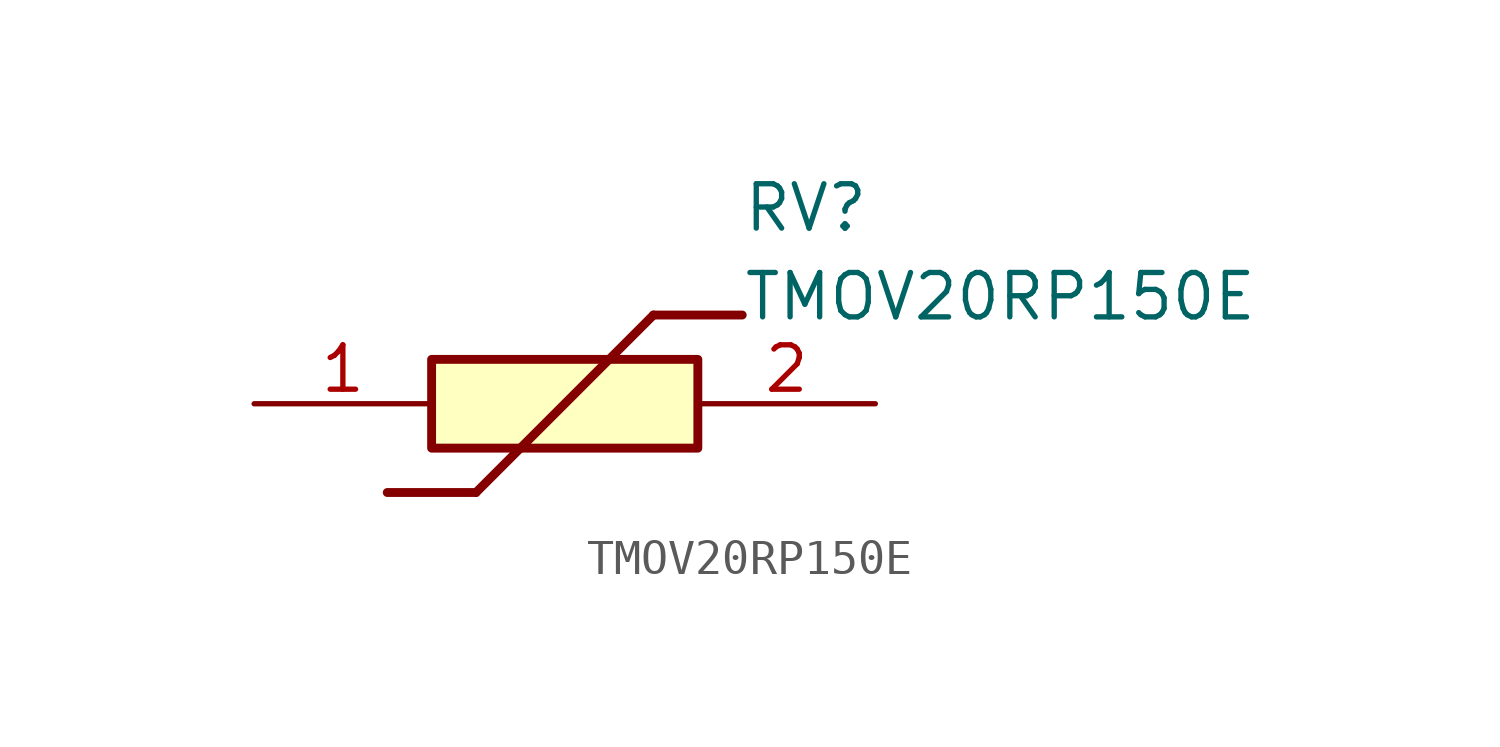
<source format=kicad_sym>
(kicad_symbol_lib
  (version 20211014)
  (generator SamacSys_ECAD_Model)
  (symbol "TMOV20RP150E"
    (pin_names hide)
    (property "Reference" "RV"
      (at 13.97 6.35 0)
      (effects (font (size 1.27 1.27)) (justify left top)))
    (property "Value" "TMOV20RP150E"
      (at 13.97 3.81 0)
      (effects (font (size 1.27 1.27)) (justify left top)))
    (rectangle
      (start 5.08 1.27)
      (end 12.7 -1.27)
      (stroke (width 0.254) (type default))
      (fill (type background)))
    (polyline
      (pts (xy 3.81 -2.54) (xy 6.35 -2.54))
      (stroke (width 0.254) (type default))
      (fill (type none)))
    (polyline
      (pts (xy 11.43 2.54) (xy 6.35 -2.54))
      (stroke (width 0.254) (type default))
      (fill (type none)))
    (polyline
      (pts (xy 11.43 2.54) (xy 13.97 2.54))
      (stroke (width 0.254) (type default))
      (fill (type none)))
    (pin passive line
      (at 0 0 0)
      (length 5.08)
      (name "MOV" (effects (font (size 1.27 1.27))))
      (number "1" (effects (font (size 1.27 1.27)))))
    (pin passive line
      (at 17.78 0 180)
      (length 5.08)
      (name "FUSE" (effects (font (size 1.27 1.27))))
      (number "2" (effects (font (size 1.27 1.27)))))))
</source>
